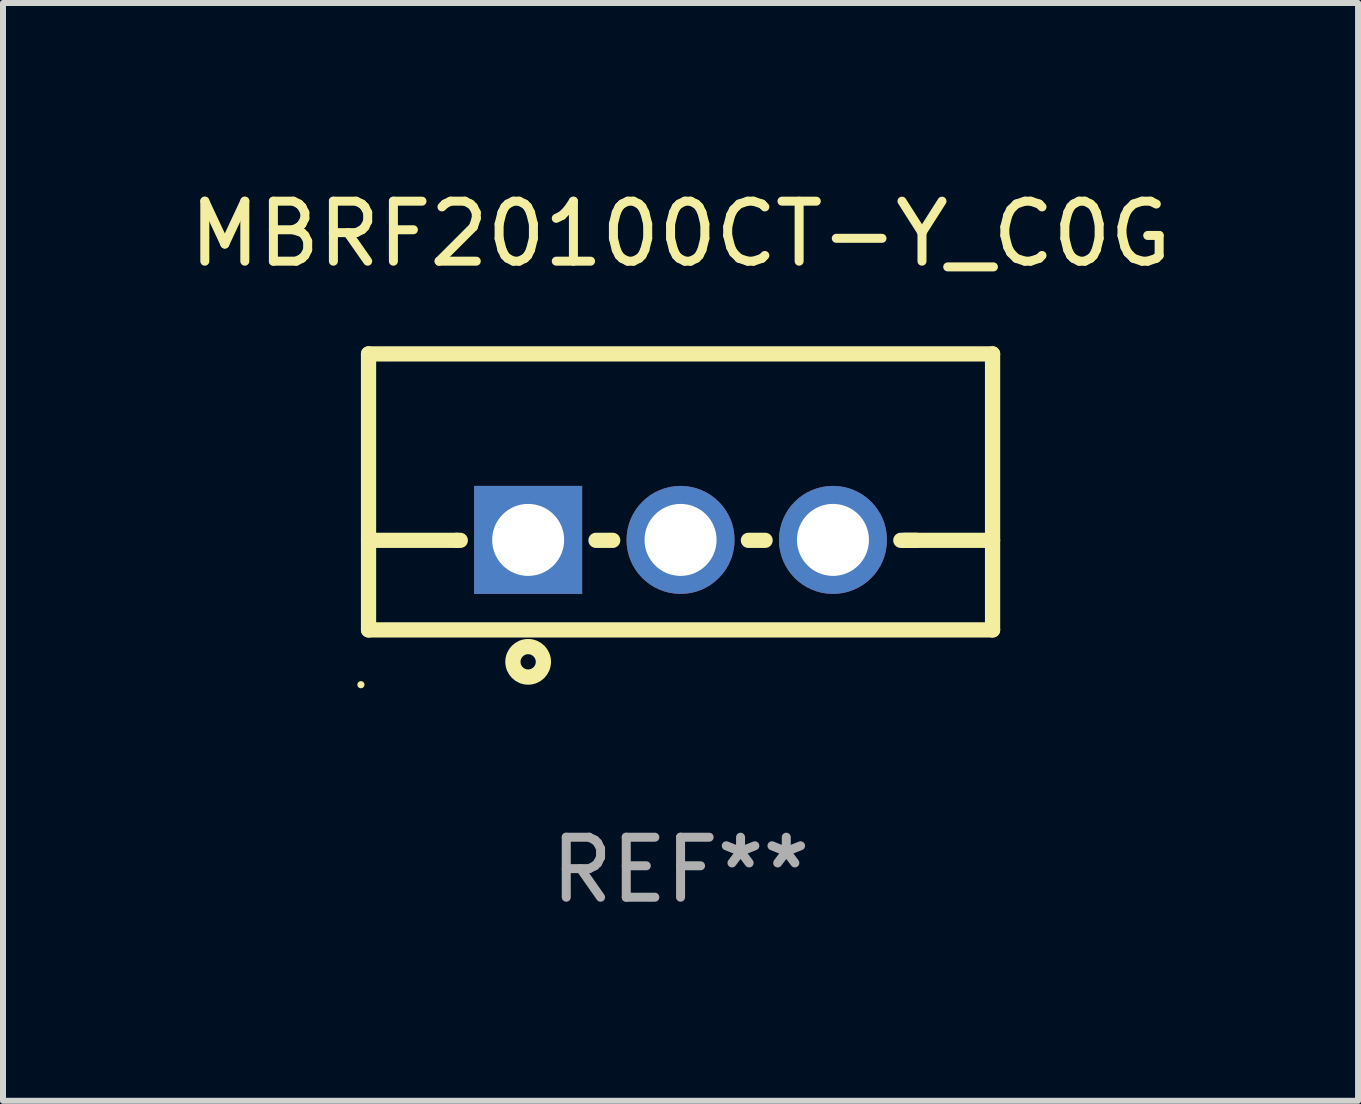
<source format=kicad_pcb>
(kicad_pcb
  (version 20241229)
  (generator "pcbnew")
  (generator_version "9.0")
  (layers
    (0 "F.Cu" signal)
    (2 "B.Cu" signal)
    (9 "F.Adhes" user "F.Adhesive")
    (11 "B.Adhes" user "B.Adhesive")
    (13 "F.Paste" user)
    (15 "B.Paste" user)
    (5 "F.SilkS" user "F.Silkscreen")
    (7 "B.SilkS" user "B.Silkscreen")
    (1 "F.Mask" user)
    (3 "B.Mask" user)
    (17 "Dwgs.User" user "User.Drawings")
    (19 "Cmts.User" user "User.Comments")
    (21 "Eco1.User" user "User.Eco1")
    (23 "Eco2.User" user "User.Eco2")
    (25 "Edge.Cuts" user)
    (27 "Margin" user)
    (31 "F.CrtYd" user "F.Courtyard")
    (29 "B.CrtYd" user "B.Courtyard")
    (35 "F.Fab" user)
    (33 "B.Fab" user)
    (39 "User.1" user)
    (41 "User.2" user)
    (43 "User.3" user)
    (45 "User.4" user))
  (footprint "MBRF20100CT-Y_C0G"
    (layer "F.Cu")
    (at 8.292 5.148)
    (property "Reference" "MBRF20100CT-Y_C0G" (at 0 -4.3 0) (layer "F.SilkS") (effects (font (size 1 1) (thickness 0.15))))
    (attr through_hole)
    (fp_line (start -5.2 -2.3) (end -5.2 2.3) (stroke (width 0.254) (type solid)) (layer "F.SilkS"))
    (fp_line (start -5.2 -2.3) (end 5.2 -2.3) (stroke (width 0.254) (type solid)) (layer "F.SilkS"))
    (fp_line (start -5.2 0.807) (end -3.731 0.807) (stroke (width 0.254) (type solid)) (layer "F.SilkS"))
    (fp_line (start -5.2 2.3) (end 5.2 2.3) (stroke (width 0.254) (type solid)) (layer "F.SilkS"))
    (fp_line (start -3.731 0.807) (end -3.671 0.807) (stroke (width 0.254) (type solid)) (layer "F.SilkS"))
    (fp_line (start -1.409 0.807) (end -1.131 0.807) (stroke (width 0.254) (type solid)) (layer "F.SilkS"))
    (fp_line (start 1.131 0.807) (end 1.409 0.807) (stroke (width 0.254) (type solid)) (layer "F.SilkS"))
    (fp_line (start 3.671 0.807) (end 3.926 0.807) (stroke (width 0.254) (type solid)) (layer "F.SilkS"))
    (fp_line (start 3.731 0.807) (end 5.2 0.807) (stroke (width 0.254) (type solid)) (layer "F.SilkS"))
    (fp_line (start 5.2 -2.3) (end 5.2 2.3) (stroke (width 0.254) (type solid)) (layer "F.SilkS"))
    (fp_circle (center -5.327 3.213) (end -5.297 3.213) (stroke (width 0.06) (type solid)) (fill no) (layer "F.SilkS"))
    (fp_circle (center -2.54 2.832) (end -2.286 2.832) (stroke (width 0.254) (type solid)) (fill no) (layer "F.SilkS"))
    (fp_text user "REF**" (at 0 6.3 0) (layer "F.Fab") (effects (font (size 1 1) (thickness 0.15))))
    (pad "1" thru_hole rect (at -2.54 0.8) (size 1.8 1.8) (drill 1.2) (layers "*.Cu" "*.Mask"))
    (pad "2" thru_hole circle (at 0 0.8) (size 1.8 1.8) (drill 1.2) (layers "*.Cu" "*.Mask"))
    (pad "3" thru_hole circle (at 2.54 0.8) (size 1.8 1.8) (drill 1.2) (layers "*.Cu" "*.Mask")))
  (gr_rect
    (start -3 -3)
    (end 19.583 15.296)
    (stroke (width 0.1) (type default))
    (fill no)
    (layer "Edge.Cuts")))
</source>
